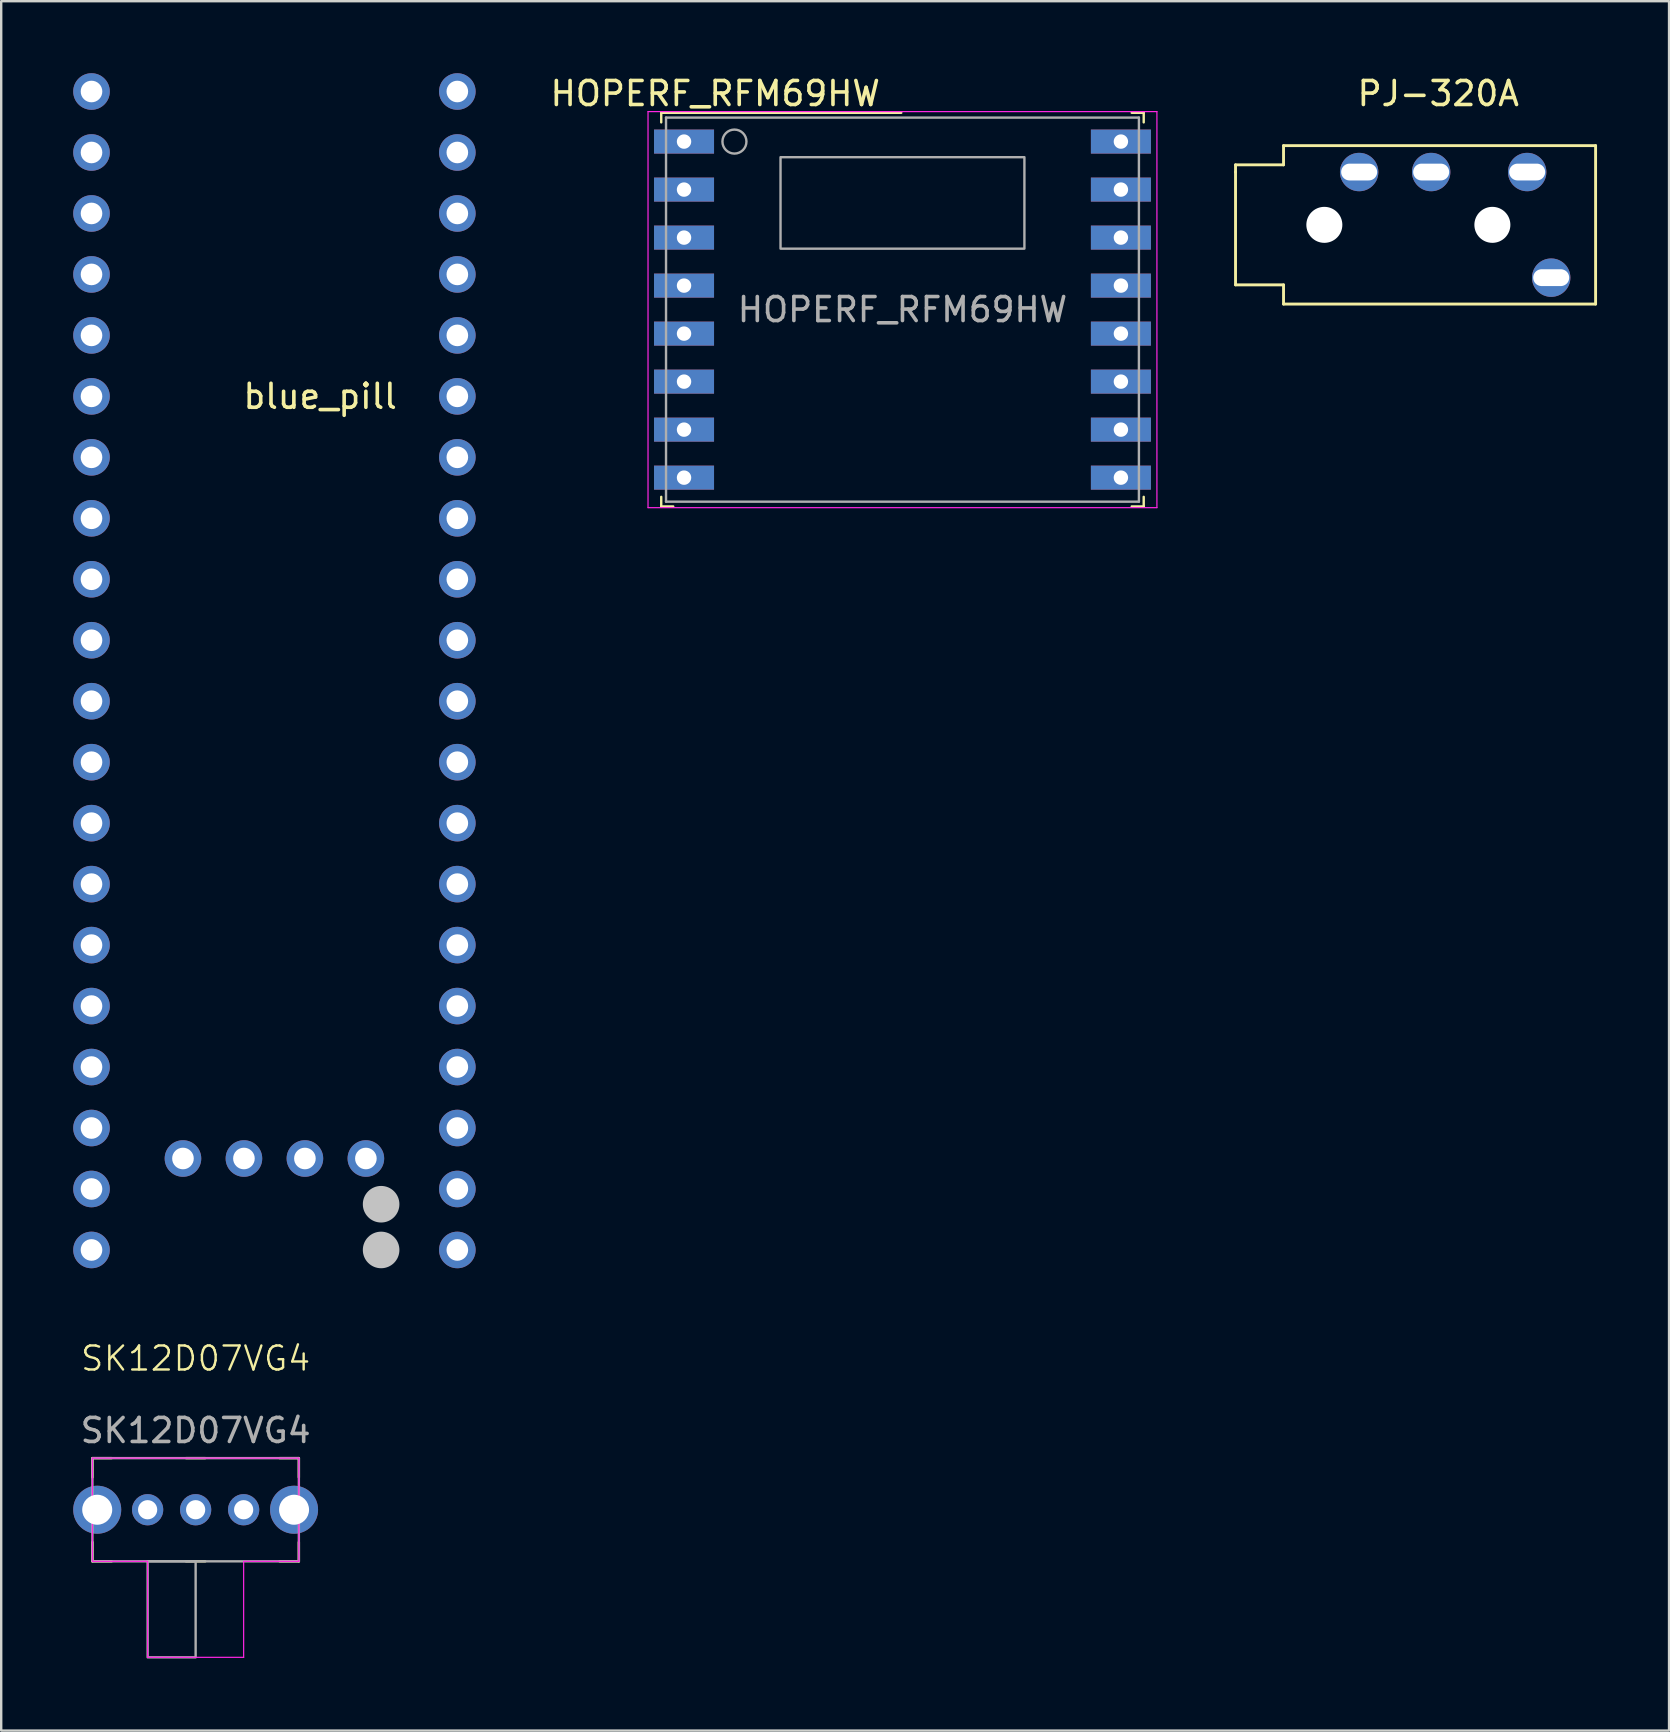
<source format=kicad_pcb>
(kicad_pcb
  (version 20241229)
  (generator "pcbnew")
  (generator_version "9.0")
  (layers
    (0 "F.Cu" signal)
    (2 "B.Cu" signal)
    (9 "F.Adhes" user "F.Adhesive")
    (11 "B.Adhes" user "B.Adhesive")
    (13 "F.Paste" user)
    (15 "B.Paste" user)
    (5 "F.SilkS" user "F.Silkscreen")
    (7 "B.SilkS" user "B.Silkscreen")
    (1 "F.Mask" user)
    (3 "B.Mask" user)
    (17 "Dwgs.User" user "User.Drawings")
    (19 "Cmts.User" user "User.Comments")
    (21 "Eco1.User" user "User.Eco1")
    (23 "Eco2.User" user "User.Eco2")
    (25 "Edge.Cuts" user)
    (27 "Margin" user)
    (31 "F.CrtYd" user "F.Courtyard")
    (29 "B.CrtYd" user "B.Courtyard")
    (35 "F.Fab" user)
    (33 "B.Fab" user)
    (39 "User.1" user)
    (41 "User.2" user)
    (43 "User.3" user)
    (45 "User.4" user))
  (footprint "PJ-320A"
    (layer "F.Cu")
    (at 48.421 4.117)
    (property "Reference" "PJ-320A" (at 8.445 -3.269 0) (layer "F.SilkS") (effects (font (size 1 1) (thickness 0.15))))
    (attr through_hole)
    (fp_line (start 0 -0.3) (end 2 -0.3) (stroke (width 0.12) (type solid)) (layer "F.SilkS"))
    (fp_line (start 0 0) (end 0 -0.3) (stroke (width 0.12) (type solid)) (layer "F.SilkS"))
    (fp_line (start 0 0) (end 0 4.7) (stroke (width 0.12) (type solid)) (layer "F.SilkS"))
    (fp_line (start 0 4.7) (end 2 4.7) (stroke (width 0.12) (type solid)) (layer "F.SilkS"))
    (fp_line (start 2 -1.1) (end 15 -1.1) (stroke (width 0.12) (type solid)) (layer "F.SilkS"))
    (fp_line (start 2 -0.3) (end 2 -1.1) (stroke (width 0.12) (type solid)) (layer "F.SilkS"))
    (fp_line (start 2 4.7) (end 2 5.5) (stroke (width 0.12) (type solid)) (layer "F.SilkS"))
    (fp_line (start 2 5.5) (end 15 5.5) (stroke (width 0.12) (type solid)) (layer "F.SilkS"))
    (fp_line (start 15 -1.1) (end 15 5.5) (stroke (width 0.12) (type solid)) (layer "F.SilkS"))
    (pad "" np_thru_hole circle (at 3.7 2.2) (size 1.5 1.5) (drill 1.5) (layers "*.Cu"))
    (pad "" np_thru_hole circle (at 10.7 2.2) (size 1.5 1.5) (drill 1.5) (layers "*.Cu"))
    (pad "R1" thru_hole circle (at 12.15 0) (size 1.6 1.6) (drill oval 1.5 0.7) (layers "*.Cu" "*.Mask"))
    (pad "R2" thru_hole circle (at 8.15 0) (size 1.6 1.6) (drill oval 1.5 0.7) (layers "*.Cu" "*.Mask"))
    (pad "S" thru_hole circle (at 5.15 0) (size 1.6 1.6) (drill oval 1.5 0.7) (layers "*.Cu" "*.Mask"))
    (pad "T" thru_hole circle (at 13.15 4.4) (size 1.6 1.6) (drill oval 1.5 0.7) (layers "*.Cu" "*.Mask")))
  (footprint "HOPERF_RFM69HW"
    (layer "F.Cu")
    (at 34.546 9.848)
    (property "Reference" "HOPERF_RFM69HW" (at -7.8 -9 0) (layer "F.SilkS") (effects (font (size 1 1) (thickness 0.15))))
    (attr smd)
    (fp_line (start -10.05 -8.2) (end -10.05 -7.8) (stroke (width 0.1) (type solid)) (layer "F.SilkS"))
    (fp_line (start -10.05 -8.2) (end -0.05 -8.2) (stroke (width 0.1) (type solid)) (layer "F.SilkS"))
    (fp_line (start -10.05 7.8) (end -10.05 8.2) (stroke (width 0.1) (type solid)) (layer "F.SilkS"))
    (fp_line (start -10.05 8.2) (end -9.55 8.2) (stroke (width 0.1) (type solid)) (layer "F.SilkS"))
    (fp_line (start 9.55 -8.2) (end 10.05 -8.2) (stroke (width 0.1) (type solid)) (layer "F.SilkS"))
    (fp_line (start 9.55 8.2) (end 10.05 8.2) (stroke (width 0.1) (type solid)) (layer "F.SilkS"))
    (fp_line (start 10.05 -8.2) (end 10.05 -7.8) (stroke (width 0.1) (type solid)) (layer "F.SilkS"))
    (fp_line (start 10.05 7.8) (end 10.05 8.2) (stroke (width 0.1) (type solid)) (layer "F.SilkS"))
    (fp_line (start -10.6 -8.25) (end 10.6 -8.25) (stroke (width 0.05) (type solid)) (layer "F.CrtYd"))
    (fp_line (start -10.6 8.25) (end -10.6 -8.25) (stroke (width 0.05) (type solid)) (layer "F.CrtYd"))
    (fp_line (start 10.6 -8.25) (end 10.6 8.25) (stroke (width 0.05) (type solid)) (layer "F.CrtYd"))
    (fp_line (start 10.6 8.25) (end -10.6 8.25) (stroke (width 0.05) (type solid)) (layer "F.CrtYd"))
    (fp_line (start -9.85 -8) (end 9.85 -8) (stroke (width 0.1) (type solid)) (layer "F.Fab"))
    (fp_line (start -9.85 8) (end -9.85 -8) (stroke (width 0.1) (type solid)) (layer "F.Fab"))
    (fp_line (start 9.85 -8) (end 9.85 8) (stroke (width 0.1) (type solid)) (layer "F.Fab"))
    (fp_line (start 9.85 8) (end -9.85 8) (stroke (width 0.1) (type solid)) (layer "F.Fab"))
    (fp_rect (start -5.08 -6.35) (end 5.08 -2.54) (stroke (width 0.1) (type default)) (fill no) (layer "F.Fab"))
    (fp_circle (center -7 -7) (end -7.5 -7) (stroke (width 0.1) (type solid)) (fill no) (layer "F.Fab"))
    (fp_text user "${REFERENCE}" (at 0 0 0) (layer "F.Fab") (effects (font (size 1 1) (thickness 0.15))))
    (pad "1" thru_hole rect (at -9.1 -7) (size 2.5 1) (drill 0.6) (layers "*.Cu" "*.Mask"))
    (pad "2" thru_hole rect (at -9.1 -5) (size 2.5 1) (drill 0.6) (layers "*.Cu" "*.Mask"))
    (pad "3" thru_hole rect (at -9.1 -3) (size 2.5 1) (drill 0.6) (layers "*.Cu" "*.Mask"))
    (pad "4" thru_hole rect (at -9.1 -1) (size 2.5 1) (drill 0.6) (layers "*.Cu" "*.Mask"))
    (pad "5" thru_hole rect (at -9.1 1) (size 2.5 1) (drill 0.6) (layers "*.Cu" "*.Mask"))
    (pad "6" thru_hole rect (at -9.1 3) (size 2.5 1) (drill 0.6) (layers "*.Cu" "*.Mask"))
    (pad "7" thru_hole rect (at -9.1 5) (size 2.5 1) (drill 0.6) (layers "*.Cu" "*.Mask"))
    (pad "8" thru_hole rect (at -9.1 7) (size 2.5 1) (drill 0.6) (layers "*.Cu" "*.Mask"))
    (pad "9" thru_hole rect (at 9.1 7) (size 2.5 1) (drill 0.6) (layers "*.Cu" "*.Mask"))
    (pad "10" thru_hole rect (at 9.1 5) (size 2.5 1) (drill 0.6) (layers "*.Cu" "*.Mask"))
    (pad "11" thru_hole rect (at 9.1 3) (size 2.5 1) (drill 0.6) (layers "*.Cu" "*.Mask"))
    (pad "12" thru_hole rect (at 9.1 1) (size 2.5 1) (drill 0.6) (layers "*.Cu" "*.Mask"))
    (pad "13" thru_hole rect (at 9.1 -1) (size 2.5 1) (drill 0.6) (layers "*.Cu" "*.Mask"))
    (pad "14" thru_hole rect (at 9.1 -3) (size 2.5 1) (drill 0.6) (layers "*.Cu" "*.Mask"))
    (pad "15" thru_hole rect (at 9.1 -5) (size 2.5 1) (drill 0.6) (layers "*.Cu" "*.Mask"))
    (pad "16" thru_hole rect (at 9.1 -7) (size 2.5 1) (drill 0.6) (layers "*.Cu" "*.Mask")))
  (footprint "SK12D07VG4"
    (layer "F.Cu")
    (at 5.1 59.844)
    (property "Reference" "SK12D07VG4" (at 0 -6.3 0) (unlocked yes) (layer "F.SilkS") (effects (font (size 1 1) (thickness 0.1))))
    (attr through_hole)
    (fp_line (start -4.3 -2.15) (end -4.3 -1.35) (stroke (width 0.1) (type default)) (layer "F.SilkS"))
    (fp_line (start -4.3 -2.15) (end -3.5 -2.15) (stroke (width 0.1) (type default)) (layer "F.SilkS"))
    (fp_line (start -4.3 2.15) (end -4.3 1.35) (stroke (width 0.1) (type default)) (layer "F.SilkS"))
    (fp_line (start -4.3 2.15) (end -3.5 2.15) (stroke (width 0.1) (type default)) (layer "F.SilkS"))
    (fp_line (start -0.4 -2.15) (end 0.4 -2.15) (stroke (width 0.1) (type default)) (layer "F.SilkS"))
    (fp_line (start 0.4 2.15) (end -0.4 2.15) (stroke (width 0.1) (type default)) (layer "F.SilkS"))
    (fp_line (start 4.3 -2.15) (end 3.5 -2.15) (stroke (width 0.1) (type default)) (layer "F.SilkS"))
    (fp_line (start 4.3 -2.15) (end 4.3 -1.35) (stroke (width 0.1) (type default)) (layer "F.SilkS"))
    (fp_line (start 4.3 2.15) (end 3.5 2.15) (stroke (width 0.1) (type default)) (layer "F.SilkS"))
    (fp_line (start 4.3 2.15) (end 4.3 1.35) (stroke (width 0.1) (type default)) (layer "F.SilkS"))
    (fp_line (start -4.3 -2.15) (end -4.3 2.15) (stroke (width 0.05) (type default)) (layer "F.CrtYd"))
    (fp_line (start -4.3 2.15) (end -2 2.15) (stroke (width 0.05) (type default)) (layer "F.CrtYd"))
    (fp_line (start -2 2.15) (end -2 6.15) (stroke (width 0.05) (type default)) (layer "F.CrtYd"))
    (fp_line (start -2 6.15) (end 2 6.15) (stroke (width 0.05) (type default)) (layer "F.CrtYd"))
    (fp_line (start 2 2.15) (end 4.3 2.15) (stroke (width 0.05) (type default)) (layer "F.CrtYd"))
    (fp_line (start 2 6.15) (end 2 2.15) (stroke (width 0.05) (type default)) (layer "F.CrtYd"))
    (fp_line (start 4.3 -2.15) (end -4.3 -2.15) (stroke (width 0.05) (type default)) (layer "F.CrtYd"))
    (fp_line (start 4.3 2.15) (end 4.3 -2.15) (stroke (width 0.05) (type default)) (layer "F.CrtYd"))
    (fp_rect (start -4.3 -2.15) (end 4.3 2.15) (stroke (width 0.1) (type solid)) (fill no) (layer "F.Fab"))
    (fp_rect (start -2 2.15) (end 0 6.15) (stroke (width 0.1) (type solid)) (fill no) (layer "F.Fab"))
    (fp_text user "${REFERENCE}" (at 0 -3.3 0) (unlocked yes) (layer "F.Fab") (effects (font (size 1 1) (thickness 0.15))))
    (pad "" thru_hole circle (at -4.1 0 270) (size 2 2) (drill 1.25) (layers "*.Cu" "*.Mask"))
    (pad "" thru_hole circle (at 4.1 0 270) (size 2 2) (drill 1.25) (layers "*.Cu" "*.Mask"))
    (pad "1" thru_hole circle (at -2 0 270) (size 1.3 1.3) (drill 0.8) (layers "*.Cu" "*.Mask"))
    (pad "2" thru_hole circle (at 0 0 270) (size 1.3 1.3) (drill 0.8) (layers "*.Cu" "*.Mask"))
    (pad "3" thru_hole circle (at 2 0 270) (size 1.3 1.3) (drill 0.8) (layers "*.Cu" "*.Mask")))
  (footprint "blue_pill"
    (layer "F.Cu")
    (at 10.287 21.717)
    (property "Reference" "blue_pill" (at 0 -8.255 0) (layer "F.SilkS") (effects (font (size 1 1) (thickness 0.15))))
    (attr through_hole)
    (pad "" smd circle (at 2.54 25.4) (size 1.524 1.524) (layers "Dwgs.User"))
    (pad "" smd circle (at 2.54 27.305) (size 1.524 1.524) (layers "Dwgs.User"))
    (pad "3V3" thru_hole circle (at -9.525 27.305) (size 1.524 1.524) (drill 0.9) (layers "*.Cu" "*.Mask"))
    (pad "3V3" thru_hole circle (at -5.715 23.495) (size 1.524 1.524) (drill 0.9) (layers "*.Cu" "*.Mask"))
    (pad "3V3" thru_hole circle (at 5.715 -15.875) (size 1.524 1.524) (drill 0.9) (layers "*.Cu" "*.Mask"))
    (pad "5V" thru_hole circle (at -9.525 22.225) (size 1.524 1.524) (drill 0.9) (layers "*.Cu" "*.Mask"))
    (pad "G" thru_hole circle (at -9.525 24.765) (size 1.524 1.524) (drill 0.9) (layers "*.Cu" "*.Mask"))
    (pad "G" thru_hole circle (at 1.905 23.495) (size 1.524 1.524) (drill 0.9) (layers "*.Cu" "*.Mask"))
    (pad "G" thru_hole circle (at 5.715 -20.955) (size 1.524 1.524) (drill 0.9) (layers "*.Cu" "*.Mask"))
    (pad "G" thru_hole circle (at 5.715 -18.415) (size 1.524 1.524) (drill 0.9) (layers "*.Cu" "*.Mask"))
    (pad "NRST" thru_hole circle (at 5.715 -13.335) (size 1.524 1.524) (drill 0.9) (layers "*.Cu" "*.Mask"))
    (pad "PA0" thru_hole circle (at 5.715 17.145) (size 1.524 1.524) (drill 0.9) (layers "*.Cu" "*.Mask"))
    (pad "PA1" thru_hole circle (at 5.715 14.605) (size 1.524 1.524) (drill 0.9) (layers "*.Cu" "*.Mask"))
    (pad "PA2" thru_hole circle (at 5.715 12.065) (size 1.524 1.524) (drill 0.9) (layers "*.Cu" "*.Mask"))
    (pad "PA3" thru_hole circle (at 5.715 9.525) (size 1.524 1.524) (drill 0.9) (layers "*.Cu" "*.Mask"))
    (pad "PA4" thru_hole circle (at 5.715 6.985) (size 1.524 1.524) (drill 0.9) (layers "*.Cu" "*.Mask"))
    (pad "PA5" thru_hole circle (at 5.715 4.445) (size 1.524 1.524) (drill 0.9) (layers "*.Cu" "*.Mask"))
    (pad "PA6" thru_hole circle (at 5.715 1.905) (size 1.524 1.524) (drill 0.9) (layers "*.Cu" "*.Mask"))
    (pad "PA7" thru_hole circle (at 5.715 -0.635) (size 1.524 1.524) (drill 0.9) (layers "*.Cu" "*.Mask"))
    (pad "PA8" thru_hole circle (at -9.525 -10.795) (size 1.524 1.524) (drill 0.9) (layers "*.Cu" "*.Mask"))
    (pad "PA9" thru_hole circle (at -9.525 -8.255) (size 1.524 1.524) (drill 0.9) (layers "*.Cu" "*.Mask"))
    (pad "PA10" thru_hole circle (at -9.525 -5.715) (size 1.524 1.524) (drill 0.9) (layers "*.Cu" "*.Mask"))
    (pad "PA11" thru_hole circle (at -9.525 -3.175) (size 1.524 1.524) (drill 0.9) (layers "*.Cu" "*.Mask"))
    (pad "PA12" thru_hole circle (at -9.525 -0.635) (size 1.524 1.524) (drill 0.9) (layers "*.Cu" "*.Mask"))
    (pad "PA15" thru_hole circle (at -9.525 1.905) (size 1.524 1.524) (drill 0.9) (layers "*.Cu" "*.Mask"))
    (pad "PB0" thru_hole circle (at 5.715 -3.175) (size 1.524 1.524) (drill 0.9) (layers "*.Cu" "*.Mask"))
    (pad "PB1" thru_hole circle (at 5.715 -5.715) (size 1.524 1.524) (drill 0.9) (layers "*.Cu" "*.Mask"))
    (pad "PB3" thru_hole circle (at -9.525 4.445) (size 1.524 1.524) (drill 0.9) (layers "*.Cu" "*.Mask"))
    (pad "PB4" thru_hole circle (at -9.525 6.985) (size 1.524 1.524) (drill 0.9) (layers "*.Cu" "*.Mask"))
    (pad "PB5" thru_hole circle (at -9.525 9.525) (size 1.524 1.524) (drill 0.9) (layers "*.Cu" "*.Mask"))
    (pad "PB6" thru_hole circle (at -9.525 12.065) (size 1.524 1.524) (drill 0.9) (layers "*.Cu" "*.Mask"))
    (pad "PB7" thru_hole circle (at -9.525 14.605) (size 1.524 1.524) (drill 0.9) (layers "*.Cu" "*.Mask"))
    (pad "PB8" thru_hole circle (at -9.525 17.145) (size 1.524 1.524) (drill 0.9) (layers "*.Cu" "*.Mask"))
    (pad "PB9" thru_hole circle (at -9.525 19.685) (size 1.524 1.524) (drill 0.9) (layers "*.Cu" "*.Mask"))
    (pad "PB10" thru_hole circle (at 5.715 -8.255) (size 1.524 1.524) (drill 0.9) (layers "*.Cu" "*.Mask"))
    (pad "PB11" thru_hole circle (at 5.715 -10.795) (size 1.524 1.524) (drill 0.9) (layers "*.Cu" "*.Mask"))
    (pad "PB12" thru_hole circle (at -9.525 -20.955) (size 1.524 1.524) (drill 0.9) (layers "*.Cu" "*.Mask"))
    (pad "PB13" thru_hole circle (at -9.525 -18.415) (size 1.524 1.524) (drill 0.9) (layers "*.Cu" "*.Mask"))
    (pad "PB14" thru_hole circle (at -9.525 -15.875) (size 1.524 1.524) (drill 0.9) (layers "*.Cu" "*.Mask"))
    (pad "PB15" thru_hole circle (at -9.525 -13.335) (size 1.524 1.524) (drill 0.9) (layers "*.Cu" "*.Mask"))
    (pad "PC13" thru_hole circle (at 5.715 24.765) (size 1.524 1.524) (drill 0.9) (layers "*.Cu" "*.Mask"))
    (pad "PC14" thru_hole circle (at 5.715 22.225) (size 1.524 1.524) (drill 0.9) (layers "*.Cu" "*.Mask"))
    (pad "PC15" thru_hole circle (at 5.715 19.685) (size 1.524 1.524) (drill 0.9) (layers "*.Cu" "*.Mask"))
    (pad "SWCLK" thru_hole circle (at -0.635 23.495) (size 1.524 1.524) (drill 0.9) (layers "*.Cu" "*.Mask"))
    (pad "SWO" thru_hole circle (at -3.175 23.495) (size 1.524 1.524) (drill 0.9) (layers "*.Cu" "*.Mask"))
    (pad "VBAT" thru_hole circle (at 5.715 27.305) (size 1.524 1.524) (drill 0.9) (layers "*.Cu" "*.Mask")))
  (gr_rect
    (start -3 -3)
    (end 66.481 69.044)
    (stroke (width 0.1) (type default))
    (fill no)
    (layer "Edge.Cuts")))
</source>
